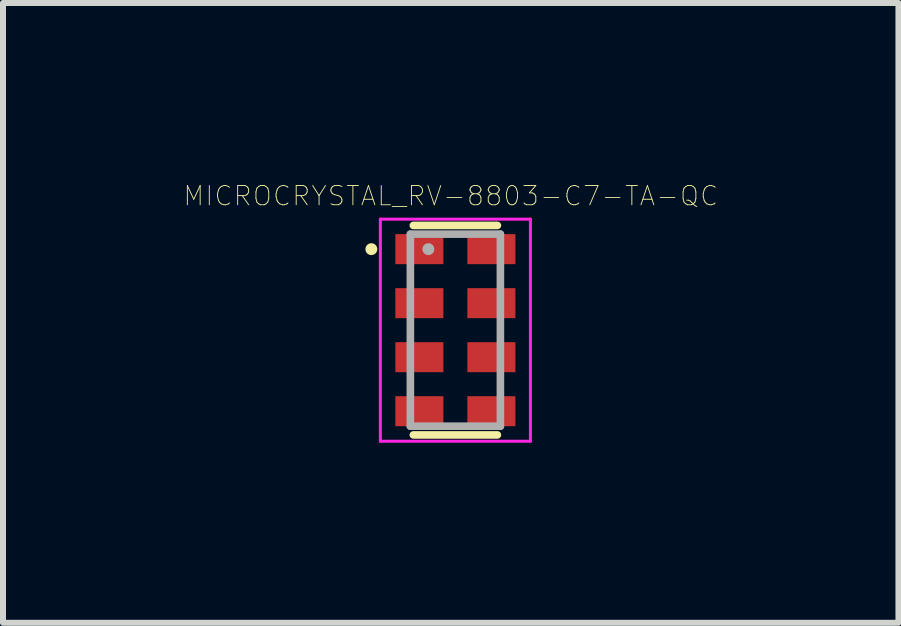
<source format=kicad_pcb>
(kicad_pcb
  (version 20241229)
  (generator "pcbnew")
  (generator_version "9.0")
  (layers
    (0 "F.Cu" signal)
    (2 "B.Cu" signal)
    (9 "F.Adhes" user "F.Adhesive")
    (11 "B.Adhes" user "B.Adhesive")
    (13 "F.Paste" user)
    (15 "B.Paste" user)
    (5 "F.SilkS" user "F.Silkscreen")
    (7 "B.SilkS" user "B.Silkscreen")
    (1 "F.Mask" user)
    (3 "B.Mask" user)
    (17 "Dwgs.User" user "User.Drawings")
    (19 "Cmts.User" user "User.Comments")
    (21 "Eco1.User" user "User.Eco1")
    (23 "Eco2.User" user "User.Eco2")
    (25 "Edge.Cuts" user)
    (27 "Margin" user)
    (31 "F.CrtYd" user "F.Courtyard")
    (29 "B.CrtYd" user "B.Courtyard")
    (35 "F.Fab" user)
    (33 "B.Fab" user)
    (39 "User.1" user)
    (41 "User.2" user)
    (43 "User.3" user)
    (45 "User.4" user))
  (footprint "MICROCRYSTAL_RV-8803-C7-TA-QC"
    (layer "F.Cu")
    (at 4.537 2.451)
    (property "Reference" "MICROCRYSTAL_RV-8803-C7-TA-QC" (at -0.077 -2.237 0) (layer "F.SilkS") (effects (font (size 0.32 0.32) (thickness 0.015))))
    (attr through_hole)
    (fp_line (start 0.7 -1.745) (end -0.7 -1.745) (stroke (width 0.127) (type solid)) (layer "F.SilkS"))
    (fp_line (start 0.7 1.745) (end -0.7 1.745) (stroke (width 0.127) (type solid)) (layer "F.SilkS"))
    (fp_circle (center -1.4 -1.35) (end -1.35 -1.35) (stroke (width 0.1) (type solid)) (fill no) (layer "F.SilkS"))
    (fp_line (start -1.25 -1.85) (end -1.25 1.85) (stroke (width 0.05) (type solid)) (layer "F.CrtYd"))
    (fp_line (start -1.25 1.85) (end 1.25 1.85) (stroke (width 0.05) (type solid)) (layer "F.CrtYd"))
    (fp_line (start 1.25 -1.85) (end -1.25 -1.85) (stroke (width 0.05) (type solid)) (layer "F.CrtYd"))
    (fp_line (start 1.25 1.85) (end 1.25 -1.85) (stroke (width 0.05) (type solid)) (layer "F.CrtYd"))
    (fp_line (start -0.75 -1.6) (end 0.75 -1.6) (stroke (width 0.127) (type solid)) (layer "F.Fab"))
    (fp_line (start -0.75 1.6) (end -0.75 -1.6) (stroke (width 0.127) (type solid)) (layer "F.Fab"))
    (fp_line (start 0.75 -1.6) (end 0.75 1.6) (stroke (width 0.127) (type solid)) (layer "F.Fab"))
    (fp_line (start 0.75 1.6) (end -0.75 1.6) (stroke (width 0.127) (type solid)) (layer "F.Fab"))
    (fp_circle (center -0.45 -1.35) (end -0.4 -1.35) (stroke (width 0.1) (type solid)) (fill no) (layer "F.Fab"))
    (pad "1" smd rect (at -0.6 -1.35) (size 0.8 0.5) (layers "F.Cu" "F.Mask" "F.Paste"))
    (pad "2" smd rect (at -0.6 -0.45) (size 0.8 0.5) (layers "F.Cu" "F.Mask" "F.Paste"))
    (pad "3" smd rect (at -0.6 0.45) (size 0.8 0.5) (layers "F.Cu" "F.Mask" "F.Paste"))
    (pad "4" smd rect (at -0.6 1.35) (size 0.8 0.5) (layers "F.Cu" "F.Mask" "F.Paste"))
    (pad "5" smd rect (at 0.6 1.35) (size 0.8 0.5) (layers "F.Cu" "F.Mask" "F.Paste"))
    (pad "6" smd rect (at 0.6 0.45) (size 0.8 0.5) (layers "F.Cu" "F.Mask" "F.Paste"))
    (pad "7" smd rect (at 0.6 -0.45) (size 0.8 0.5) (layers "F.Cu" "F.Mask" "F.Paste"))
    (pad "8" smd rect (at 0.6 -1.35) (size 0.8 0.5) (layers "F.Cu" "F.Mask" "F.Paste")))
  (gr_rect
    (start -3 -3)
    (end 11.919 7.326)
    (stroke (width 0.1) (type default))
    (fill no)
    (layer "Edge.Cuts")))
</source>
